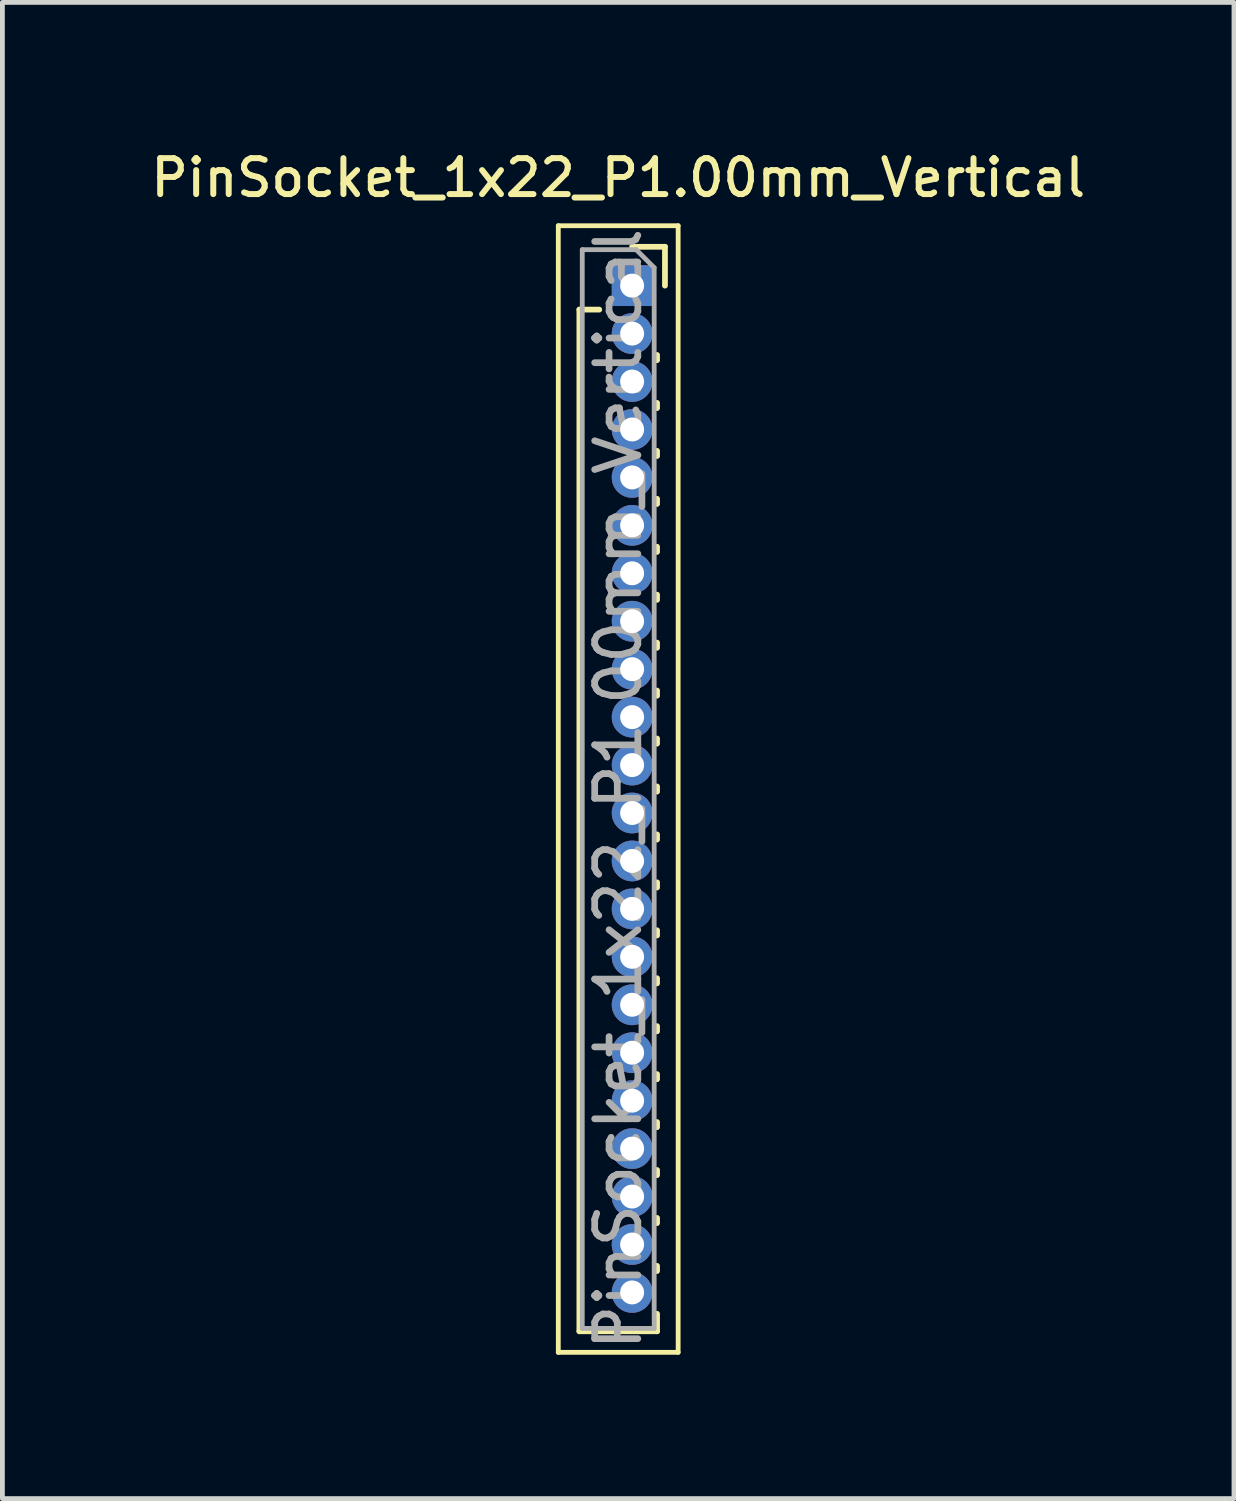
<source format=kicad_pcb>
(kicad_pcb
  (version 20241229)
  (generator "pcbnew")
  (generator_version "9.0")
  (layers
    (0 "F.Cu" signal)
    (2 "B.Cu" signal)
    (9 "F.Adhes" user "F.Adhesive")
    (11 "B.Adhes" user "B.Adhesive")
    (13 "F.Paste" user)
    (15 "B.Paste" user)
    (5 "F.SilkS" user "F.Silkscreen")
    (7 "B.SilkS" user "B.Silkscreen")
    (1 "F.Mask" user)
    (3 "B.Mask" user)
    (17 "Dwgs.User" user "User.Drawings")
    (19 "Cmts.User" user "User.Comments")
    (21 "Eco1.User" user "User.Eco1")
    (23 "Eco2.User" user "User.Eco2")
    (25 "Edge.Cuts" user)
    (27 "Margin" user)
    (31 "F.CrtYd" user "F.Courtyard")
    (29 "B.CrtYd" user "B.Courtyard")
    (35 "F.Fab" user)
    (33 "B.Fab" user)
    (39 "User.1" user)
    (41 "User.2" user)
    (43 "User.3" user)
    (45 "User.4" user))
  (footprint "PinSocket_1x22_P1.00mm_Vertical"
    (layer "F.Cu")
    (at 10.135 2.908)
    (property "Reference" "PinSocket_1x22_P1.00mm_Vertical" (at -0.29 -2.25 0) (layer "F.SilkS") (effects (font (size 0.75 0.75) (thickness 0.125))))
    (attr through_hole)
    (fp_line (start -1.54 -1.25) (end 0.96 -1.25) (stroke (width 0.1) (type solid)) (layer "F.SilkS"))
    (fp_line (start -1.54 22.25) (end -1.54 -1.25) (stroke (width 0.1) (type solid)) (layer "F.SilkS"))
    (fp_line (start -1.1 0.5) (end -1.1 21.81) (stroke (width 0.12) (type solid)) (layer "F.SilkS"))
    (fp_line (start -1.1 0.5) (end -0.685 0.5) (stroke (width 0.12) (type solid)) (layer "F.SilkS"))
    (fp_line (start -1.1 21.81) (end 0.52 21.81) (stroke (width 0.12) (type solid)) (layer "F.SilkS"))
    (fp_line (start 0 -0.81) (end 0.685 -0.81) (stroke (width 0.12) (type solid)) (layer "F.SilkS"))
    (fp_line (start 0.52 1.446) (end 0.52 1.554) (stroke (width 0.12) (type solid)) (layer "F.SilkS"))
    (fp_line (start 0.52 2.446) (end 0.52 2.554) (stroke (width 0.12) (type solid)) (layer "F.SilkS"))
    (fp_line (start 0.52 3.446) (end 0.52 3.554) (stroke (width 0.12) (type solid)) (layer "F.SilkS"))
    (fp_line (start 0.52 4.446) (end 0.52 4.554) (stroke (width 0.12) (type solid)) (layer "F.SilkS"))
    (fp_line (start 0.52 5.446) (end 0.52 5.554) (stroke (width 0.12) (type solid)) (layer "F.SilkS"))
    (fp_line (start 0.52 6.446) (end 0.52 6.554) (stroke (width 0.12) (type solid)) (layer "F.SilkS"))
    (fp_line (start 0.52 7.446) (end 0.52 7.554) (stroke (width 0.12) (type solid)) (layer "F.SilkS"))
    (fp_line (start 0.52 8.446) (end 0.52 8.554) (stroke (width 0.12) (type solid)) (layer "F.SilkS"))
    (fp_line (start 0.52 9.446) (end 0.52 9.554) (stroke (width 0.12) (type solid)) (layer "F.SilkS"))
    (fp_line (start 0.52 10.446) (end 0.52 10.554) (stroke (width 0.12) (type solid)) (layer "F.SilkS"))
    (fp_line (start 0.52 11.446) (end 0.52 11.554) (stroke (width 0.12) (type solid)) (layer "F.SilkS"))
    (fp_line (start 0.52 12.446) (end 0.52 12.554) (stroke (width 0.12) (type solid)) (layer "F.SilkS"))
    (fp_line (start 0.52 13.446) (end 0.52 13.554) (stroke (width 0.12) (type solid)) (layer "F.SilkS"))
    (fp_line (start 0.52 14.446) (end 0.52 14.554) (stroke (width 0.12) (type solid)) (layer "F.SilkS"))
    (fp_line (start 0.52 15.446) (end 0.52 15.554) (stroke (width 0.12) (type solid)) (layer "F.SilkS"))
    (fp_line (start 0.52 16.446) (end 0.52 16.554) (stroke (width 0.12) (type solid)) (layer "F.SilkS"))
    (fp_line (start 0.52 17.446) (end 0.52 17.554) (stroke (width 0.12) (type solid)) (layer "F.SilkS"))
    (fp_line (start 0.52 18.446) (end 0.52 18.554) (stroke (width 0.12) (type solid)) (layer "F.SilkS"))
    (fp_line (start 0.52 19.446) (end 0.52 19.554) (stroke (width 0.12) (type solid)) (layer "F.SilkS"))
    (fp_line (start 0.52 20.446) (end 0.52 20.554) (stroke (width 0.12) (type solid)) (layer "F.SilkS"))
    (fp_line (start 0.52 21.446) (end 0.52 21.81) (stroke (width 0.12) (type solid)) (layer "F.SilkS"))
    (fp_line (start 0.685 -0.81) (end 0.685 0) (stroke (width 0.12) (type solid)) (layer "F.SilkS"))
    (fp_line (start 0.96 -1.25) (end 0.96 22.25) (stroke (width 0.1) (type solid)) (layer "F.SilkS"))
    (fp_line (start 0.96 22.25) (end -1.54 22.25) (stroke (width 0.1) (type solid)) (layer "F.SilkS"))
    (fp_line (start -1.04 -0.75) (end 0.085 -0.75) (stroke (width 0.1) (type solid)) (layer "F.Fab"))
    (fp_line (start -1.04 21.75) (end -1.04 -0.75) (stroke (width 0.1) (type solid)) (layer "F.Fab"))
    (fp_line (start 0.085 -0.75) (end 0.46 -0.375) (stroke (width 0.1) (type solid)) (layer "F.Fab"))
    (fp_line (start 0.46 -0.375) (end 0.46 21.75) (stroke (width 0.1) (type solid)) (layer "F.Fab"))
    (fp_line (start 0.46 21.75) (end -1.04 21.75) (stroke (width 0.1) (type solid)) (layer "F.Fab"))
    (fp_text user "${REFERENCE}" (at -0.29 10.5 90) (layer "F.Fab") (effects (font (size 0.9 0.9) (thickness 0.14))))
    (pad "1" thru_hole rect (at 0 0) (size 0.85 0.85) (drill 0.5) (layers "*.Cu" "*.Mask"))
    (pad "2" thru_hole oval (at 0 1) (size 0.85 0.85) (drill 0.5) (layers "*.Cu" "*.Mask"))
    (pad "3" thru_hole oval (at 0 2) (size 0.85 0.85) (drill 0.5) (layers "*.Cu" "*.Mask"))
    (pad "4" thru_hole oval (at 0 3) (size 0.85 0.85) (drill 0.5) (layers "*.Cu" "*.Mask"))
    (pad "5" thru_hole oval (at 0 4) (size 0.85 0.85) (drill 0.5) (layers "*.Cu" "*.Mask"))
    (pad "6" thru_hole oval (at 0 5) (size 0.85 0.85) (drill 0.5) (layers "*.Cu" "*.Mask"))
    (pad "7" thru_hole oval (at 0 6) (size 0.85 0.85) (drill 0.5) (layers "*.Cu" "*.Mask"))
    (pad "8" thru_hole oval (at 0 7) (size 0.85 0.85) (drill 0.5) (layers "*.Cu" "*.Mask"))
    (pad "9" thru_hole oval (at 0 8) (size 0.85 0.85) (drill 0.5) (layers "*.Cu" "*.Mask"))
    (pad "10" thru_hole oval (at 0 9) (size 0.85 0.85) (drill 0.5) (layers "*.Cu" "*.Mask"))
    (pad "11" thru_hole oval (at 0 10) (size 0.85 0.85) (drill 0.5) (layers "*.Cu" "*.Mask"))
    (pad "12" thru_hole oval (at 0 11) (size 0.85 0.85) (drill 0.5) (layers "*.Cu" "*.Mask"))
    (pad "13" thru_hole oval (at 0 12) (size 0.85 0.85) (drill 0.5) (layers "*.Cu" "*.Mask"))
    (pad "14" thru_hole oval (at 0 13) (size 0.85 0.85) (drill 0.5) (layers "*.Cu" "*.Mask"))
    (pad "15" thru_hole oval (at 0 14) (size 0.85 0.85) (drill 0.5) (layers "*.Cu" "*.Mask"))
    (pad "16" thru_hole oval (at 0 15) (size 0.85 0.85) (drill 0.5) (layers "*.Cu" "*.Mask"))
    (pad "17" thru_hole oval (at 0 16) (size 0.85 0.85) (drill 0.5) (layers "*.Cu" "*.Mask"))
    (pad "18" thru_hole oval (at 0 17) (size 0.85 0.85) (drill 0.5) (layers "*.Cu" "*.Mask"))
    (pad "19" thru_hole oval (at 0 18) (size 0.85 0.85) (drill 0.5) (layers "*.Cu" "*.Mask"))
    (pad "20" thru_hole oval (at 0 19) (size 0.85 0.85) (drill 0.5) (layers "*.Cu" "*.Mask"))
    (pad "21" thru_hole oval (at 0 20) (size 0.85 0.85) (drill 0.5) (layers "*.Cu" "*.Mask"))
    (pad "22" thru_hole oval (at 0 21) (size 0.85 0.85) (drill 0.5) (layers "*.Cu" "*.Mask")))
  (gr_rect
    (start -3 -3)
    (end 22.689 28.208)
    (stroke (width 0.1) (type default))
    (fill no)
    (layer "Edge.Cuts")))
</source>
